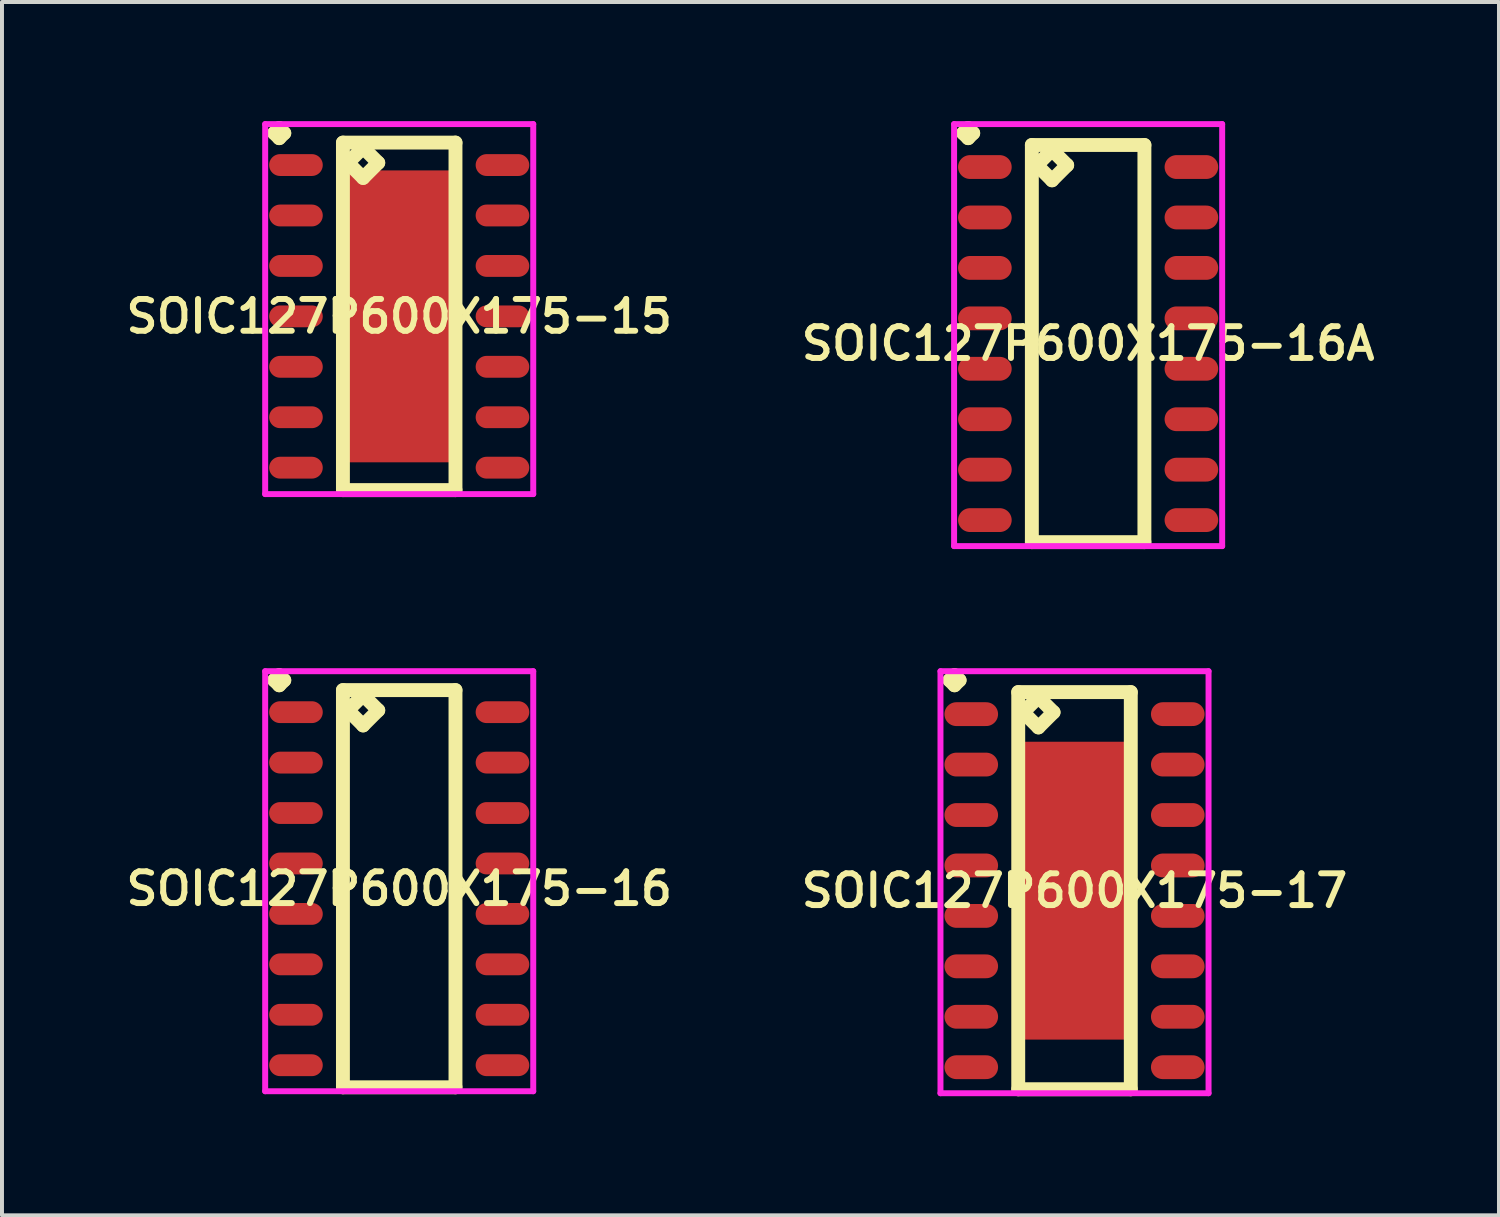
<source format=kicad_pcb>
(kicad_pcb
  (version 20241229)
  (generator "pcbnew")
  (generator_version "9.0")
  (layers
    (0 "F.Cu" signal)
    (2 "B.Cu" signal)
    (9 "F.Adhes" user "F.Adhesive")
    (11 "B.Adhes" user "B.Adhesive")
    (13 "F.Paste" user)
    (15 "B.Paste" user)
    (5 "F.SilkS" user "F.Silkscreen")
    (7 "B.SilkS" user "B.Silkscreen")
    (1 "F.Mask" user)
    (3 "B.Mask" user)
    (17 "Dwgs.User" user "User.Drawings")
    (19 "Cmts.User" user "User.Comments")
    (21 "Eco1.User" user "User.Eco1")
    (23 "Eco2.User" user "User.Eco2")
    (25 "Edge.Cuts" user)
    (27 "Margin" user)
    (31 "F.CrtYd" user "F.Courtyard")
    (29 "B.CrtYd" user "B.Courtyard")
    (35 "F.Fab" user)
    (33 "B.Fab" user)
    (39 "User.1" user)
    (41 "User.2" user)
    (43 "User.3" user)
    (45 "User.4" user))
  (footprint "SOIC127P600X175-15"
    (layer "F.Cu")
    (at 7.002 4.916)
    (property "Reference" "SOIC127P600X175-15" (at 0 0 0) (layer "F.SilkS") (effects (font (size 0.8 0.8) (thickness 0.15))))
    (attr smd)
    (fp_line (start -3.148 -4.614) (end -3.021 -4.741) (stroke (width 0.35) (type solid)) (layer "F.SilkS"))
    (fp_line (start -3.021 -4.741) (end -2.894 -4.614) (stroke (width 0.35) (type solid)) (layer "F.SilkS"))
    (fp_line (start -3.021 -4.487) (end -3.148 -4.614) (stroke (width 0.35) (type solid)) (layer "F.SilkS"))
    (fp_line (start -2.894 -4.614) (end -3.021 -4.487) (stroke (width 0.35) (type solid)) (layer "F.SilkS"))
    (fp_line (start -1.417 -4.375) (end -1.417 4.375) (stroke (width 0.35) (type solid)) (layer "F.SilkS"))
    (fp_line (start -1.417 4.375) (end 1.417 4.375) (stroke (width 0.35) (type solid)) (layer "F.SilkS"))
    (fp_line (start -1.29 -3.867) (end -0.909 -4.248) (stroke (width 0.35) (type solid)) (layer "F.SilkS"))
    (fp_line (start -0.909 -4.248) (end -0.528 -3.867) (stroke (width 0.35) (type solid)) (layer "F.SilkS"))
    (fp_line (start -0.909 -3.486) (end -1.29 -3.867) (stroke (width 0.35) (type solid)) (layer "F.SilkS"))
    (fp_line (start -0.528 -3.867) (end -0.909 -3.486) (stroke (width 0.35) (type solid)) (layer "F.SilkS"))
    (fp_line (start 1.417 -4.375) (end -1.417 -4.375) (stroke (width 0.35) (type solid)) (layer "F.SilkS"))
    (fp_line (start 1.417 4.375) (end 1.417 -4.375) (stroke (width 0.35) (type solid)) (layer "F.SilkS"))
    (fp_line (start -3.375 -4.841) (end 3.375 -4.841) (stroke (width 0.15) (type solid)) (layer "F.CrtYd"))
    (fp_line (start -3.375 4.475) (end -3.375 -4.841) (stroke (width 0.15) (type solid)) (layer "F.CrtYd"))
    (fp_line (start 3.375 -4.841) (end 3.375 4.475) (stroke (width 0.15) (type solid)) (layer "F.CrtYd"))
    (fp_line (start 3.375 4.475) (end -3.375 4.475) (stroke (width 0.15) (type solid)) (layer "F.CrtYd"))
    (pad "1" smd oval (at -2.6 -3.81) (size 1.35 0.55) (layers "F.Cu" "F.Mask" "F.Paste"))
    (pad "2" smd oval (at -2.6 -2.54) (size 1.35 0.55) (layers "F.Cu" "F.Mask" "F.Paste"))
    (pad "3" smd oval (at -2.6 -1.27) (size 1.35 0.55) (layers "F.Cu" "F.Mask" "F.Paste"))
    (pad "4" smd oval (at -2.6 0) (size 1.35 0.55) (layers "F.Cu" "F.Mask" "F.Paste"))
    (pad "5" smd oval (at -2.6 1.27) (size 1.35 0.55) (layers "F.Cu" "F.Mask" "F.Paste"))
    (pad "6" smd oval (at -2.6 2.54) (size 1.35 0.55) (layers "F.Cu" "F.Mask" "F.Paste"))
    (pad "7" smd oval (at -2.6 3.81) (size 1.35 0.55) (layers "F.Cu" "F.Mask" "F.Paste"))
    (pad "8" smd oval (at 2.6 3.81) (size 1.35 0.55) (layers "F.Cu" "F.Mask" "F.Paste"))
    (pad "9" smd oval (at 2.6 2.54) (size 1.35 0.55) (layers "F.Cu" "F.Mask" "F.Paste"))
    (pad "10" smd oval (at 2.6 1.27) (size 1.35 0.55) (layers "F.Cu" "F.Mask" "F.Paste"))
    (pad "11" smd oval (at 2.6 0) (size 1.35 0.55) (layers "F.Cu" "F.Mask" "F.Paste"))
    (pad "12" smd oval (at 2.6 -1.27) (size 1.35 0.55) (layers "F.Cu" "F.Mask" "F.Paste"))
    (pad "13" smd oval (at 2.6 -2.54) (size 1.35 0.55) (layers "F.Cu" "F.Mask" "F.Paste"))
    (pad "14" smd oval (at 2.6 -3.81) (size 1.35 0.55) (layers "F.Cu" "F.Mask" "F.Paste"))
    (pad "15" smd rect (at 0 0) (size 2.75 7.35) (layers "F.Cu" "F.Mask" "F.Paste")))
  (footprint "SOIC127P600X175-16"
    (layer "F.Cu")
    (at 7.002 19.327)
    (property "Reference" "SOIC127P600X175-16" (at 0 0 0) (layer "F.SilkS") (effects (font (size 0.8 0.8) (thickness 0.15))))
    (attr smd)
    (fp_line (start -3.148 -5.249) (end -3.021 -5.376) (stroke (width 0.35) (type solid)) (layer "F.SilkS"))
    (fp_line (start -3.021 -5.376) (end -2.894 -5.249) (stroke (width 0.35) (type solid)) (layer "F.SilkS"))
    (fp_line (start -3.021 -5.122) (end -3.148 -5.249) (stroke (width 0.35) (type solid)) (layer "F.SilkS"))
    (fp_line (start -2.894 -5.249) (end -3.021 -5.122) (stroke (width 0.35) (type solid)) (layer "F.SilkS"))
    (fp_line (start -1.417 -5) (end -1.417 5) (stroke (width 0.35) (type solid)) (layer "F.SilkS"))
    (fp_line (start -1.417 5) (end 1.417 5) (stroke (width 0.35) (type solid)) (layer "F.SilkS"))
    (fp_line (start -1.29 -4.492) (end -0.909 -4.873) (stroke (width 0.35) (type solid)) (layer "F.SilkS"))
    (fp_line (start -0.909 -4.873) (end -0.528 -4.492) (stroke (width 0.35) (type solid)) (layer "F.SilkS"))
    (fp_line (start -0.909 -4.111) (end -1.29 -4.492) (stroke (width 0.35) (type solid)) (layer "F.SilkS"))
    (fp_line (start -0.528 -4.492) (end -0.909 -4.111) (stroke (width 0.35) (type solid)) (layer "F.SilkS"))
    (fp_line (start 1.417 -5) (end -1.417 -5) (stroke (width 0.35) (type solid)) (layer "F.SilkS"))
    (fp_line (start 1.417 5) (end 1.417 -5) (stroke (width 0.35) (type solid)) (layer "F.SilkS"))
    (fp_line (start -3.375 -5.476) (end 3.375 -5.476) (stroke (width 0.15) (type solid)) (layer "F.CrtYd"))
    (fp_line (start -3.375 5.1) (end -3.375 -5.476) (stroke (width 0.15) (type solid)) (layer "F.CrtYd"))
    (fp_line (start 3.375 -5.476) (end 3.375 5.1) (stroke (width 0.15) (type solid)) (layer "F.CrtYd"))
    (fp_line (start 3.375 5.1) (end -3.375 5.1) (stroke (width 0.15) (type solid)) (layer "F.CrtYd"))
    (pad "1" smd oval (at -2.6 -4.445) (size 1.35 0.55) (layers "F.Cu" "F.Mask" "F.Paste"))
    (pad "2" smd oval (at -2.6 -3.175) (size 1.35 0.55) (layers "F.Cu" "F.Mask" "F.Paste"))
    (pad "3" smd oval (at -2.6 -1.905) (size 1.35 0.55) (layers "F.Cu" "F.Mask" "F.Paste"))
    (pad "4" smd oval (at -2.6 -0.635) (size 1.35 0.55) (layers "F.Cu" "F.Mask" "F.Paste"))
    (pad "5" smd oval (at -2.6 0.635) (size 1.35 0.55) (layers "F.Cu" "F.Mask" "F.Paste"))
    (pad "6" smd oval (at -2.6 1.905) (size 1.35 0.55) (layers "F.Cu" "F.Mask" "F.Paste"))
    (pad "7" smd oval (at -2.6 3.175) (size 1.35 0.55) (layers "F.Cu" "F.Mask" "F.Paste"))
    (pad "8" smd oval (at -2.6 4.445) (size 1.35 0.55) (layers "F.Cu" "F.Mask" "F.Paste"))
    (pad "9" smd oval (at 2.6 4.445) (size 1.35 0.55) (layers "F.Cu" "F.Mask" "F.Paste"))
    (pad "10" smd oval (at 2.6 3.175) (size 1.35 0.55) (layers "F.Cu" "F.Mask" "F.Paste"))
    (pad "11" smd oval (at 2.6 1.905) (size 1.35 0.55) (layers "F.Cu" "F.Mask" "F.Paste"))
    (pad "12" smd oval (at 2.6 0.635) (size 1.35 0.55) (layers "F.Cu" "F.Mask" "F.Paste"))
    (pad "13" smd oval (at 2.6 -0.635) (size 1.35 0.55) (layers "F.Cu" "F.Mask" "F.Paste"))
    (pad "14" smd oval (at 2.6 -1.905) (size 1.35 0.55) (layers "F.Cu" "F.Mask" "F.Paste"))
    (pad "15" smd oval (at 2.6 -3.175) (size 1.35 0.55) (layers "F.Cu" "F.Mask" "F.Paste"))
    (pad "16" smd oval (at 2.6 -4.445) (size 1.35 0.55) (layers "F.Cu" "F.Mask" "F.Paste")))
  (footprint "SOIC127P600X175-16A"
    (layer "F.Cu")
    (at 24.349 5.601)
    (property "Reference" "SOIC127P600X175-16A" (at 0 0 0) (layer "F.SilkS") (effects (font (size 0.8 0.8) (thickness 0.15))))
    (attr smd)
    (fp_line (start -3.148 -5.299) (end -3.021 -5.426) (stroke (width 0.35) (type solid)) (layer "F.SilkS"))
    (fp_line (start -3.021 -5.426) (end -2.894 -5.299) (stroke (width 0.35) (type solid)) (layer "F.SilkS"))
    (fp_line (start -3.021 -5.172) (end -3.148 -5.299) (stroke (width 0.35) (type solid)) (layer "F.SilkS"))
    (fp_line (start -2.894 -5.299) (end -3.021 -5.172) (stroke (width 0.35) (type solid)) (layer "F.SilkS"))
    (fp_line (start -1.417 -5) (end -1.417 5) (stroke (width 0.35) (type solid)) (layer "F.SilkS"))
    (fp_line (start -1.417 5) (end 1.417 5) (stroke (width 0.35) (type solid)) (layer "F.SilkS"))
    (fp_line (start -1.29 -4.492) (end -0.909 -4.873) (stroke (width 0.35) (type solid)) (layer "F.SilkS"))
    (fp_line (start -0.909 -4.873) (end -0.528 -4.492) (stroke (width 0.35) (type solid)) (layer "F.SilkS"))
    (fp_line (start -0.909 -4.111) (end -1.29 -4.492) (stroke (width 0.35) (type solid)) (layer "F.SilkS"))
    (fp_line (start -0.528 -4.492) (end -0.909 -4.111) (stroke (width 0.35) (type solid)) (layer "F.SilkS"))
    (fp_line (start 1.417 -5) (end -1.417 -5) (stroke (width 0.35) (type solid)) (layer "F.SilkS"))
    (fp_line (start 1.417 5) (end 1.417 -5) (stroke (width 0.35) (type solid)) (layer "F.SilkS"))
    (fp_line (start -3.375 -5.526) (end 3.375 -5.526) (stroke (width 0.15) (type solid)) (layer "F.CrtYd"))
    (fp_line (start -3.375 5.1) (end -3.375 -5.526) (stroke (width 0.15) (type solid)) (layer "F.CrtYd"))
    (fp_line (start 3.375 -5.526) (end 3.375 5.1) (stroke (width 0.15) (type solid)) (layer "F.CrtYd"))
    (fp_line (start 3.375 5.1) (end -3.375 5.1) (stroke (width 0.15) (type solid)) (layer "F.CrtYd"))
    (pad "1" smd oval (at -2.6 -4.445) (size 1.35 0.6) (layers "F.Cu" "F.Mask" "F.Paste"))
    (pad "2" smd oval (at -2.6 -3.175) (size 1.35 0.6) (layers "F.Cu" "F.Mask" "F.Paste"))
    (pad "3" smd oval (at -2.6 -1.905) (size 1.35 0.6) (layers "F.Cu" "F.Mask" "F.Paste"))
    (pad "4" smd oval (at -2.6 -0.635) (size 1.35 0.6) (layers "F.Cu" "F.Mask" "F.Paste"))
    (pad "5" smd oval (at -2.6 0.635) (size 1.35 0.6) (layers "F.Cu" "F.Mask" "F.Paste"))
    (pad "6" smd oval (at -2.6 1.905) (size 1.35 0.6) (layers "F.Cu" "F.Mask" "F.Paste"))
    (pad "7" smd oval (at -2.6 3.175) (size 1.35 0.6) (layers "F.Cu" "F.Mask" "F.Paste"))
    (pad "8" smd oval (at -2.6 4.445) (size 1.35 0.6) (layers "F.Cu" "F.Mask" "F.Paste"))
    (pad "9" smd oval (at 2.6 4.445) (size 1.35 0.6) (layers "F.Cu" "F.Mask" "F.Paste"))
    (pad "10" smd oval (at 2.6 3.175) (size 1.35 0.6) (layers "F.Cu" "F.Mask" "F.Paste"))
    (pad "11" smd oval (at 2.6 1.905) (size 1.35 0.6) (layers "F.Cu" "F.Mask" "F.Paste"))
    (pad "12" smd oval (at 2.6 0.635) (size 1.35 0.6) (layers "F.Cu" "F.Mask" "F.Paste"))
    (pad "13" smd oval (at 2.6 -0.635) (size 1.35 0.6) (layers "F.Cu" "F.Mask" "F.Paste"))
    (pad "14" smd oval (at 2.6 -1.905) (size 1.35 0.6) (layers "F.Cu" "F.Mask" "F.Paste"))
    (pad "15" smd oval (at 2.6 -3.175) (size 1.35 0.6) (layers "F.Cu" "F.Mask" "F.Paste"))
    (pad "16" smd oval (at 2.6 -4.445) (size 1.35 0.6) (layers "F.Cu" "F.Mask" "F.Paste")))
  (footprint "SOIC127P600X175-17"
    (layer "F.Cu")
    (at 24.006 19.377)
    (property "Reference" "SOIC127P600X175-17" (at 0 0 0) (layer "F.SilkS") (effects (font (size 0.8 0.8) (thickness 0.15))))
    (attr smd)
    (fp_line (start -3.148 -5.299) (end -3.021 -5.426) (stroke (width 0.35) (type solid)) (layer "F.SilkS"))
    (fp_line (start -3.021 -5.426) (end -2.894 -5.299) (stroke (width 0.35) (type solid)) (layer "F.SilkS"))
    (fp_line (start -3.021 -5.172) (end -3.148 -5.299) (stroke (width 0.35) (type solid)) (layer "F.SilkS"))
    (fp_line (start -2.894 -5.299) (end -3.021 -5.172) (stroke (width 0.35) (type solid)) (layer "F.SilkS"))
    (fp_line (start -1.417 -5) (end -1.417 5) (stroke (width 0.35) (type solid)) (layer "F.SilkS"))
    (fp_line (start -1.417 5) (end 1.417 5) (stroke (width 0.35) (type solid)) (layer "F.SilkS"))
    (fp_line (start -1.29 -4.492) (end -0.909 -4.873) (stroke (width 0.35) (type solid)) (layer "F.SilkS"))
    (fp_line (start -0.909 -4.873) (end -0.528 -4.492) (stroke (width 0.35) (type solid)) (layer "F.SilkS"))
    (fp_line (start -0.909 -4.111) (end -1.29 -4.492) (stroke (width 0.35) (type solid)) (layer "F.SilkS"))
    (fp_line (start -0.528 -4.492) (end -0.909 -4.111) (stroke (width 0.35) (type solid)) (layer "F.SilkS"))
    (fp_line (start 1.417 -5) (end -1.417 -5) (stroke (width 0.35) (type solid)) (layer "F.SilkS"))
    (fp_line (start 1.417 5) (end 1.417 -5) (stroke (width 0.35) (type solid)) (layer "F.SilkS"))
    (fp_line (start -3.375 -5.526) (end 3.375 -5.526) (stroke (width 0.15) (type solid)) (layer "F.CrtYd"))
    (fp_line (start -3.375 5.1) (end -3.375 -5.526) (stroke (width 0.15) (type solid)) (layer "F.CrtYd"))
    (fp_line (start 3.375 -5.526) (end 3.375 5.1) (stroke (width 0.15) (type solid)) (layer "F.CrtYd"))
    (fp_line (start 3.375 5.1) (end -3.375 5.1) (stroke (width 0.15) (type solid)) (layer "F.CrtYd"))
    (pad "1" smd oval (at -2.6 -4.445) (size 1.35 0.6) (layers "F.Cu" "F.Mask" "F.Paste"))
    (pad "2" smd oval (at -2.6 -3.175) (size 1.35 0.6) (layers "F.Cu" "F.Mask" "F.Paste"))
    (pad "3" smd oval (at -2.6 -1.905) (size 1.35 0.6) (layers "F.Cu" "F.Mask" "F.Paste"))
    (pad "4" smd oval (at -2.6 -0.635) (size 1.35 0.6) (layers "F.Cu" "F.Mask" "F.Paste"))
    (pad "5" smd oval (at -2.6 0.635) (size 1.35 0.6) (layers "F.Cu" "F.Mask" "F.Paste"))
    (pad "6" smd oval (at -2.6 1.905) (size 1.35 0.6) (layers "F.Cu" "F.Mask" "F.Paste"))
    (pad "7" smd oval (at -2.6 3.175) (size 1.35 0.6) (layers "F.Cu" "F.Mask" "F.Paste"))
    (pad "8" smd oval (at -2.6 4.445) (size 1.35 0.6) (layers "F.Cu" "F.Mask" "F.Paste"))
    (pad "9" smd oval (at 2.6 4.445) (size 1.35 0.6) (layers "F.Cu" "F.Mask" "F.Paste"))
    (pad "10" smd oval (at 2.6 3.175) (size 1.35 0.6) (layers "F.Cu" "F.Mask" "F.Paste"))
    (pad "11" smd oval (at 2.6 1.905) (size 1.35 0.6) (layers "F.Cu" "F.Mask" "F.Paste"))
    (pad "12" smd oval (at 2.6 0.635) (size 1.35 0.6) (layers "F.Cu" "F.Mask" "F.Paste"))
    (pad "13" smd oval (at 2.6 -0.635) (size 1.35 0.6) (layers "F.Cu" "F.Mask" "F.Paste"))
    (pad "14" smd oval (at 2.6 -1.905) (size 1.35 0.6) (layers "F.Cu" "F.Mask" "F.Paste"))
    (pad "15" smd oval (at 2.6 -3.175) (size 1.35 0.6) (layers "F.Cu" "F.Mask" "F.Paste"))
    (pad "16" smd oval (at 2.6 -4.445) (size 1.35 0.6) (layers "F.Cu" "F.Mask" "F.Paste"))
    (pad "17" smd rect (at 0 0) (size 2.5 7.5) (layers "F.Cu" "F.Mask" "F.Paste")))
  (gr_rect
    (start -3 -3)
    (end 34.694 27.552)
    (stroke (width 0.1) (type default))
    (fill no)
    (layer "Edge.Cuts")))
</source>
